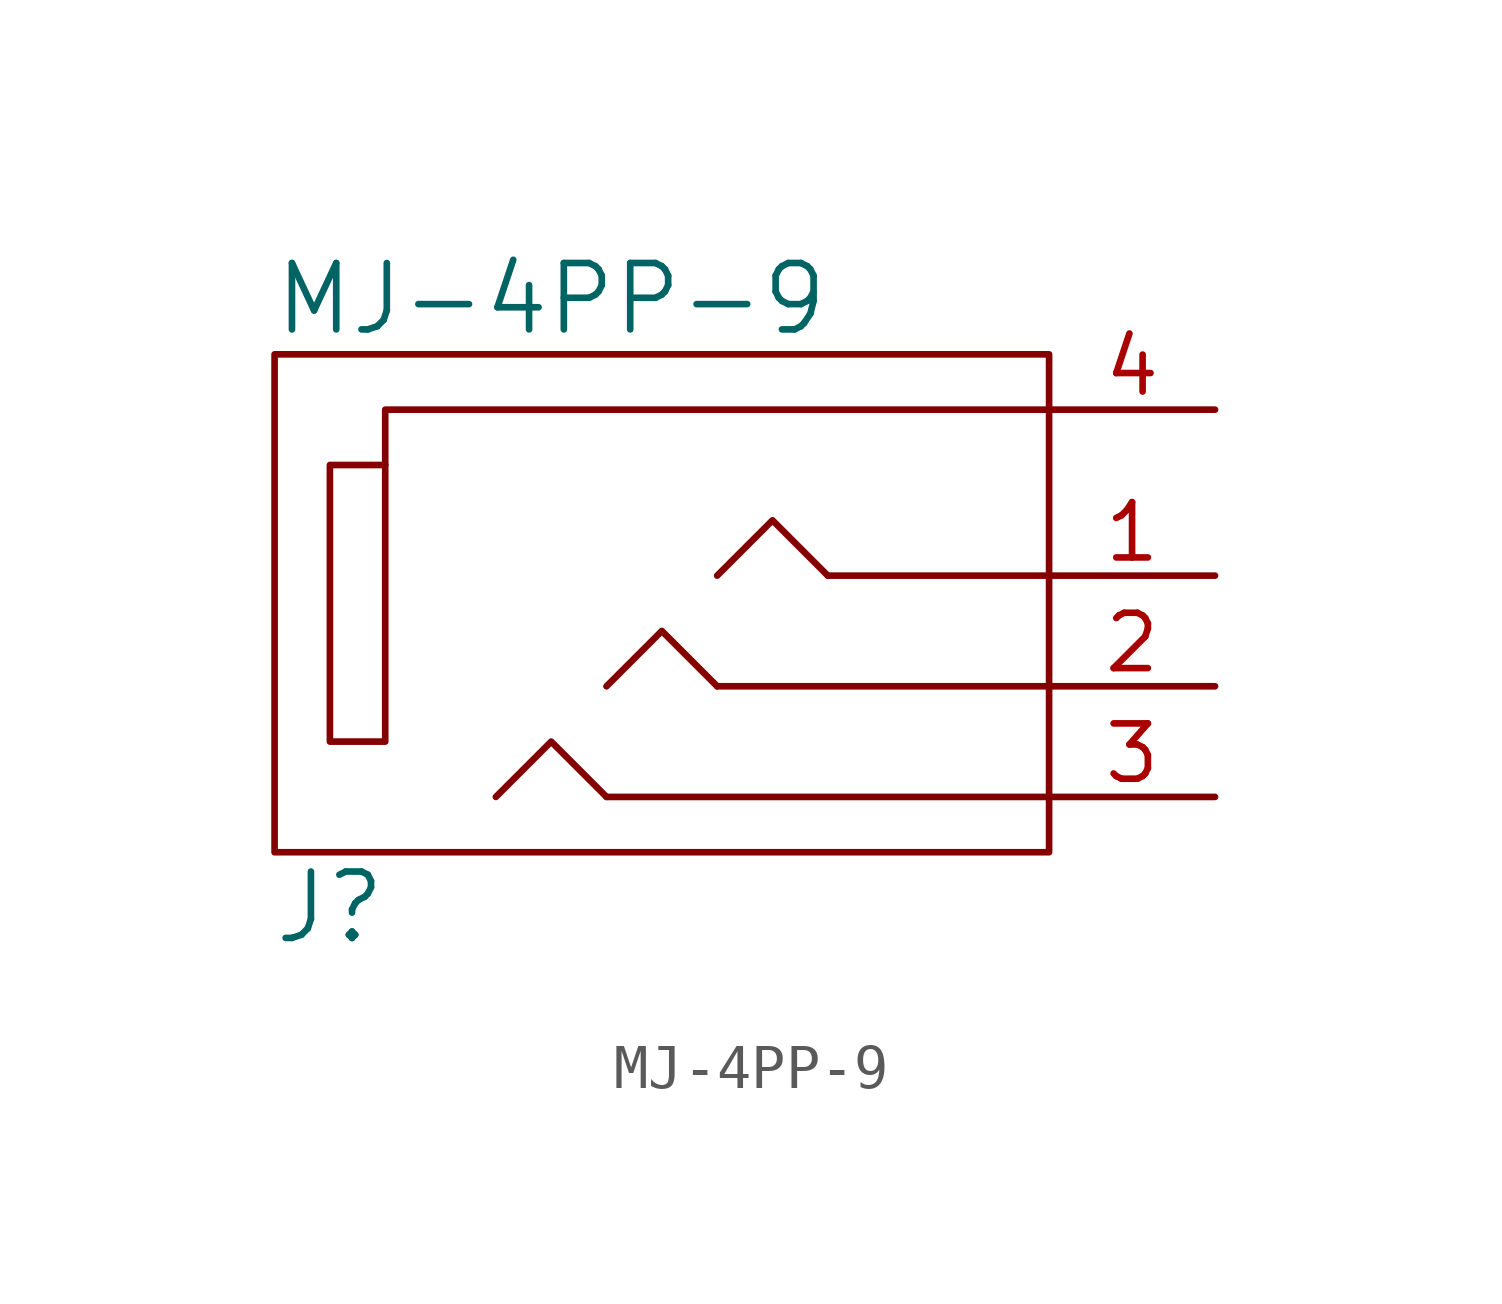
<source format=kicad_sym>
(kicad_symbol_lib
  (version 20211014)
  (generator kicad_symbol_editor)
  (symbol "MJ-4PP-9"
    (pin_names
      (offset 1.016))
    (property "Reference" "J"
      (at -8.89 -7.62 0)
      (effects (font (size 1.524 1.524))))
    (property "Value" "MJ-4PP-9"
      (at -3.81 6.35 0)
      (effects (font (size 1.524 1.524))))
    (property "Footprint" ""
      (at 0 0 0)
      (effects (font (size 1.524 1.524))))
    (property "Datasheet" ""
      (at 0 0 0)
      (effects (font (size 1.524 1.524))))
    (symbol "MJ-4PP-9_0_1"
      (rectangle (start -7.62 2.54) (end -8.89 -3.81) (stroke (width 0) (type default) (color 0 0 0 0)) (fill (type none)))
      (polyline (pts (xy 2.54 0) (xy 7.62 0)) (stroke (width 0) (type default) (color 0 0 0 0)) (fill (type none)))
      (polyline (pts (xy -2.54 -5.08) (xy 7.62 -5.08) (xy 7.62 -5.08)) (stroke (width 0) (type default) (color 0 0 0 0)) (fill (type none)))
      (polyline (pts (xy 0 -2.54) (xy -1.27 -1.27) (xy -2.54 -2.54)) (stroke (width 0) (type default) (color 0 0 0 0)) (fill (type none)))
      (polyline (pts (xy 0 0) (xy 1.27 1.27) (xy 2.54 0)) (stroke (width 0) (type default) (color 0 0 0 0)) (fill (type none)))
      (polyline (pts (xy 7.62 3.81) (xy -7.62 3.81) (xy -7.62 2.54)) (stroke (width 0) (type default) (color 0 0 0 0)) (fill (type none)))
      (polyline (pts (xy -2.54 -5.08) (xy -3.81 -3.81) (xy -5.08 -5.08) (xy -5.08 -5.08)) (stroke (width 0) (type default) (color 0 0 0 0)) (fill (type none)))
      (polyline (pts (xy 0 -2.54) (xy 7.62 -2.54) (xy 7.62 -2.54) (xy 7.62 -2.54)) (stroke (width 0) (type default) (color 0 0 0 0)) (fill (type none)))
      (rectangle (start 7.62 -6.35) (end -10.16 5.08) (stroke (width 0) (type default) (color 0 0 0 0)) (fill (type none))))
    (symbol "MJ-4PP-9_1_1"
      (pin passive line (at 11.43 0 180) (length 3.81) (name "~" (effects (font (size 1.27 1.27)))) (number "1" (effects (font (size 1.27 1.27)))))
      (pin passive line (at 11.43 -2.54 180) (length 3.81) (name "~" (effects (font (size 1.27 1.27)))) (number "2" (effects (font (size 1.27 1.27)))))
      (pin passive line (at 11.43 -5.08 180) (length 3.81) (name "~" (effects (font (size 1.27 1.27)))) (number "3" (effects (font (size 1.27 1.27)))))
      (pin passive line (at 11.43 3.81 180) (length 3.81) (name "~" (effects (font (size 1.27 1.27)))) (number "4" (effects (font (size 1.27 1.27))))))))
</source>
